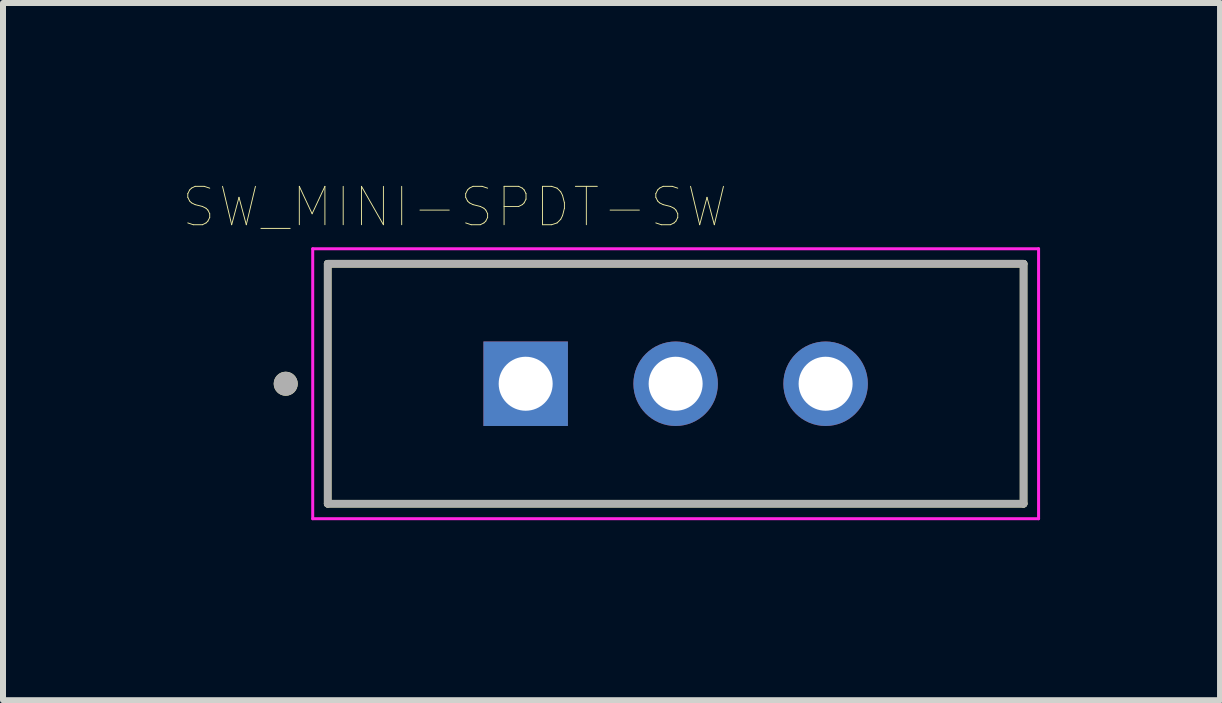
<source format=kicad_pcb>
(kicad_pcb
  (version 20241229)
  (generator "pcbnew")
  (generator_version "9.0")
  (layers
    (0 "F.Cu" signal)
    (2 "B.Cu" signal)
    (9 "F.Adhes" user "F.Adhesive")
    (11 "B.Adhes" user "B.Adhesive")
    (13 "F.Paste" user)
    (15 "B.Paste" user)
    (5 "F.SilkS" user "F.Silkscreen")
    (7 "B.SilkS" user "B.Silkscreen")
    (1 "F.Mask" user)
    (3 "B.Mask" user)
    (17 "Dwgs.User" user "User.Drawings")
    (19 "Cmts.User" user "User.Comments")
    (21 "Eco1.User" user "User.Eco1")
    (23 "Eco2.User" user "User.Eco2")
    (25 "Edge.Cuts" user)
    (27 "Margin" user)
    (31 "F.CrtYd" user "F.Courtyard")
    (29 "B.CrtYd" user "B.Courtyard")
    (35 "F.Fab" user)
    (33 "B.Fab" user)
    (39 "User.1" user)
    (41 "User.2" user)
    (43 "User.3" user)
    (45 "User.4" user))
  (footprint "SW_MINI-SPDT-SW"
    (layer "F.Cu")
    (at 8.213 3.347)
    (property "Reference" "SW_MINI-SPDT-SW" (at -3.683 -2.946 0) (layer "F.SilkS") (effects (font (size 0.64 0.64) (thickness 0.015))))
    (attr through_hole)
    (fp_line (start -5.8 -2) (end -5.8 2) (stroke (width 0.127) (type solid)) (layer "F.SilkS"))
    (fp_line (start -5.8 2) (end 5.8 2) (stroke (width 0.127) (type solid)) (layer "F.SilkS"))
    (fp_line (start 5.8 -2) (end -5.8 -2) (stroke (width 0.127) (type solid)) (layer "F.SilkS"))
    (fp_line (start 5.8 2) (end 5.8 -2) (stroke (width 0.127) (type solid)) (layer "F.SilkS"))
    (fp_circle (center -6.5 0) (end -6.4 0) (stroke (width 0.2) (type solid)) (fill no) (layer "F.SilkS"))
    (fp_line (start -6.05 -2.25) (end -6.05 2.25) (stroke (width 0.05) (type solid)) (layer "F.CrtYd"))
    (fp_line (start -6.05 2.25) (end 6.05 2.25) (stroke (width 0.05) (type solid)) (layer "F.CrtYd"))
    (fp_line (start 6.05 -2.25) (end -6.05 -2.25) (stroke (width 0.05) (type solid)) (layer "F.CrtYd"))
    (fp_line (start 6.05 2.25) (end 6.05 -2.25) (stroke (width 0.05) (type solid)) (layer "F.CrtYd"))
    (fp_line (start -5.8 -2) (end -5.8 2) (stroke (width 0.127) (type solid)) (layer "F.Fab"))
    (fp_line (start -5.8 2) (end 5.8 2) (stroke (width 0.127) (type solid)) (layer "F.Fab"))
    (fp_line (start 5.8 -2) (end -5.8 -2) (stroke (width 0.127) (type solid)) (layer "F.Fab"))
    (fp_line (start 5.8 2) (end 5.8 -2) (stroke (width 0.127) (type solid)) (layer "F.Fab"))
    (fp_circle (center -6.5 0) (end -6.4 0) (stroke (width 0.2) (type solid)) (fill no) (layer "F.Fab"))
    (pad "1" thru_hole rect (at -2.5 0) (size 1.408 1.408) (drill 0.9) (layers "*.Cu" "*.Mask"))
    (pad "2" thru_hole circle (at 0 0) (size 1.408 1.408) (drill 0.9) (layers "*.Cu" "*.Mask"))
    (pad "3" thru_hole circle (at 2.5 0) (size 1.408 1.408) (drill 0.9) (layers "*.Cu" "*.Mask")))
  (gr_rect
    (start -3 -3)
    (end 17.288 8.622)
    (stroke (width 0.1) (type default))
    (fill no)
    (layer "Edge.Cuts")))
</source>
